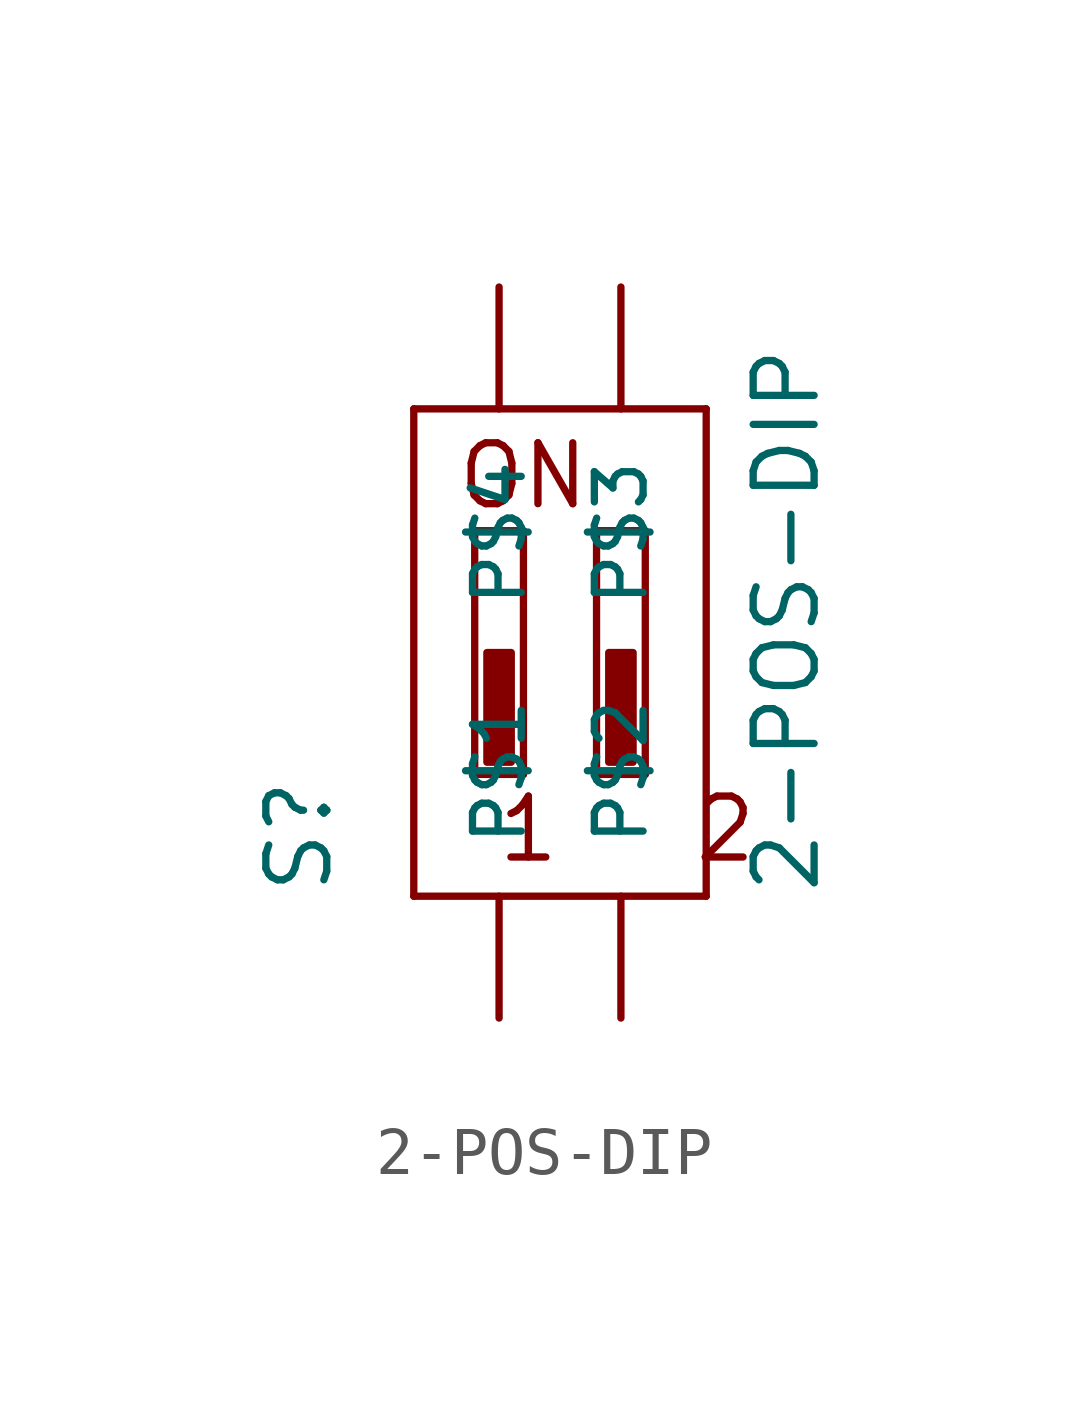
<source format=kicad_sym>
(kicad_symbol_lib
  (version 20220914)
  (generator kicad_symbol_editor)
  (symbol "2-POS-DIP"
    (pin_numbers hide)
    (pin_names
      (offset 1.016))
    (property "Reference" "S"
      (at -3.429 -5.08 90)
      (effects (font (size 1.27 1.27)) (justify left bottom)))
    (property "Value" "2-POS-DIP"
      (at 6.731 -5.08 90)
      (effects (font (size 1.27 1.27)) (justify left bottom)))
    (property "ki_locked" ""
      (at 0 0 0)
      (effects (font (size 1.27 1.27))))
    (symbol "2-POS-DIP_1_0"
      (polyline (pts (xy -1.778 -5.08) (xy -1.778 5.08)) (stroke (width 0) (type solid)) (fill (type none)))
      (polyline (pts (xy -1.778 5.08) (xy 4.318 5.08)) (stroke (width 0) (type solid)) (fill (type none)))
      (polyline (pts (xy -0.508 -2.54) (xy 0.508 -2.54)) (stroke (width 0) (type solid)) (fill (type none)))
      (polyline (pts (xy -0.508 2.54) (xy -0.508 -2.54)) (stroke (width 0) (type solid)) (fill (type none)))
      (polyline (pts (xy 0.508 -2.54) (xy 0.508 2.54)) (stroke (width 0) (type solid)) (fill (type none)))
      (polyline (pts (xy 0.508 2.54) (xy -0.508 2.54)) (stroke (width 0) (type solid)) (fill (type none)))
      (polyline (pts (xy 2.032 -2.54) (xy 3.048 -2.54)) (stroke (width 0) (type solid)) (fill (type none)))
      (polyline (pts (xy 2.032 2.54) (xy 2.032 -2.54)) (stroke (width 0) (type solid)) (fill (type none)))
      (polyline (pts (xy 3.048 -2.54) (xy 3.048 2.54)) (stroke (width 0) (type solid)) (fill (type none)))
      (polyline (pts (xy 3.048 2.54) (xy 2.032 2.54)) (stroke (width 0) (type solid)) (fill (type none)))
      (polyline (pts (xy 4.318 -5.08) (xy -1.778 -5.08)) (stroke (width 0) (type solid)) (fill (type none)))
      (polyline (pts (xy 4.318 5.08) (xy 4.318 -5.08)) (stroke (width 0) (type solid)) (fill (type none)))
      (text "1   2" (at 2.667 -3.683 0) (effects (font (size 1.27 1.27))))
      (text "ON" (at 0.508 3.683 0) (effects (font (size 1.27 1.27)))))
    (symbol "2-POS-DIP_1_1"
      (rectangle (start -0.254 -2.286) (end 0.254 0) (stroke (width 0) (type solid)) (fill (type outline)))
      (rectangle (start 2.286 -2.286) (end 2.794 0) (stroke (width 0) (type solid)) (fill (type outline)))
      (pin bidirectional line (at 0 -7.62 90) (length 2.54) (name "P$1" (effects (font (size 1.016 1.016)))) (number "1" (effects (font (size 1.016 1.016)))))
      (pin bidirectional line (at 2.54 -7.62 90) (length 2.54) (name "P$2" (effects (font (size 1.016 1.016)))) (number "2" (effects (font (size 1.016 1.016)))))
      (pin bidirectional line (at 2.54 7.62 270) (length 2.54) (name "P$3" (effects (font (size 1.016 1.016)))) (number "3" (effects (font (size 1.016 1.016)))))
      (pin bidirectional line (at 0 7.62 270) (length 2.54) (name "P$4" (effects (font (size 1.016 1.016)))) (number "4" (effects (font (size 1.016 1.016))))))))
</source>
